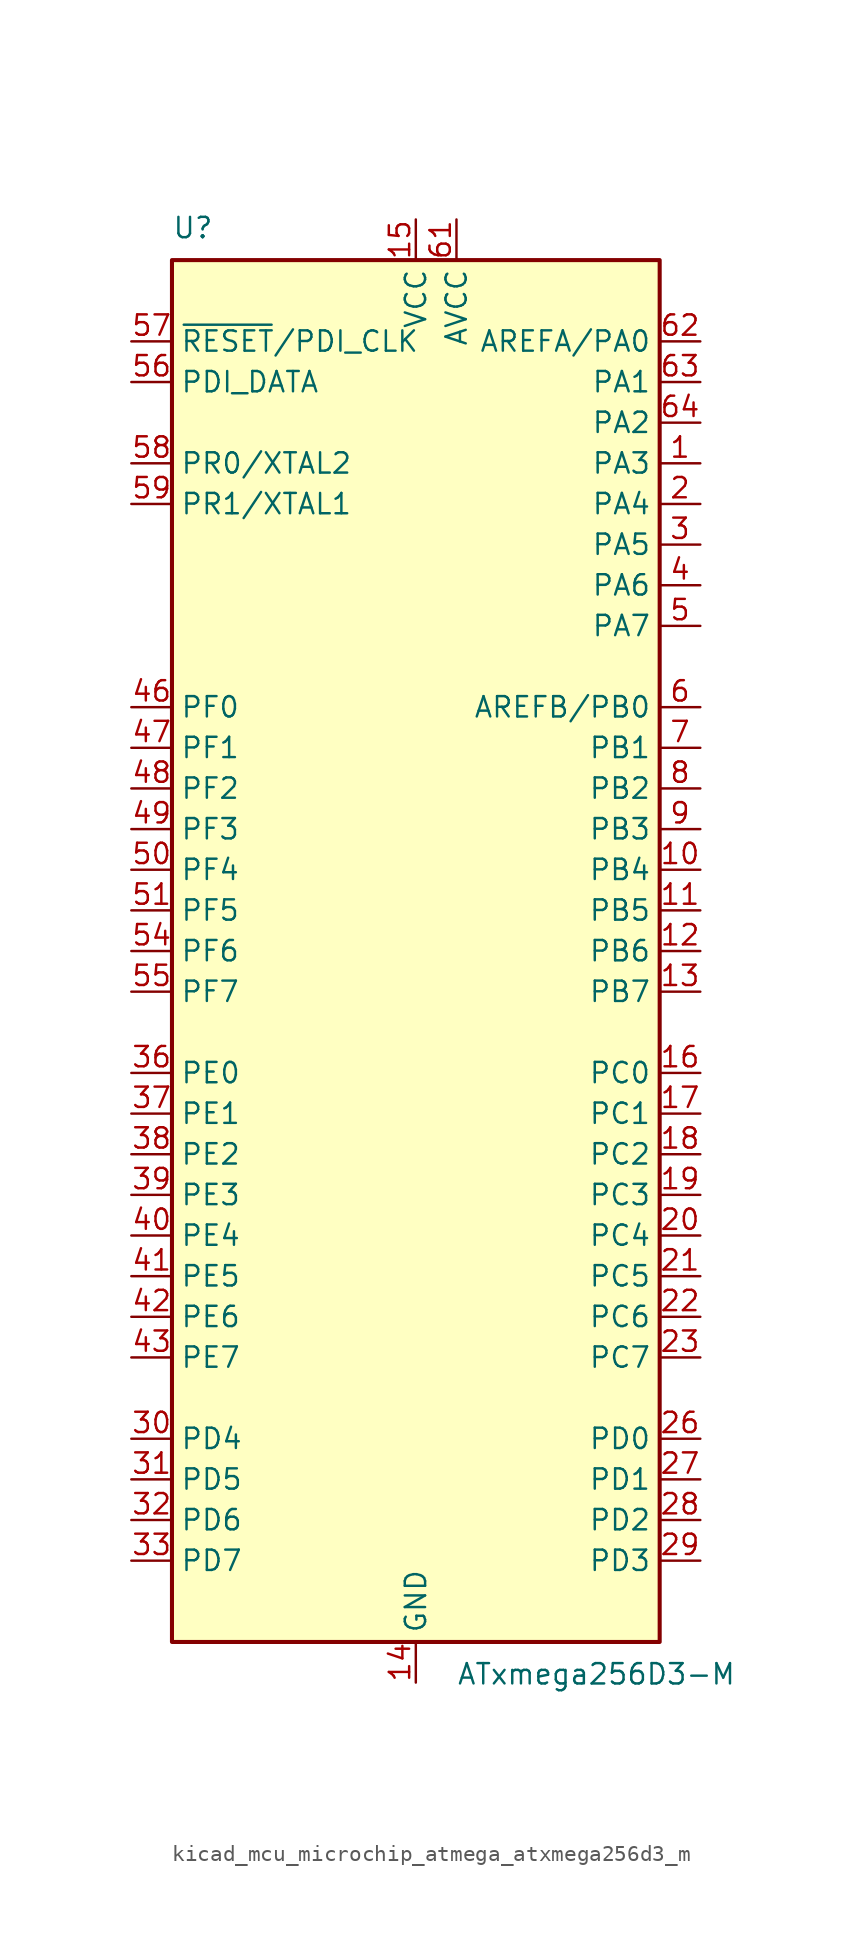
<source format=kicad_sym>
(kicad_symbol_lib
  (version 20220914)
  (generator kicad_symbol_editor)
  (symbol "kicad_mcu_microchip_atmega_atxmega256d3_m"
    (property "Reference" "U"
      (at -15.24 44.45 0)
      (effects (font (size 1.27 1.27)) (justify left bottom)))
    (property "Value" "ATxmega256D3-M"
      (at 2.54 -44.45 0)
      (effects (font (size 1.27 1.27)) (justify left top)))
    (symbol "kicad_mcu_microchip_atmega_atxmega256d3_m_0_1"
      (rectangle (start -15.24 -43.18) (end 15.24 43.18) (stroke (width 0.254) (type default)) (fill (type background))))
    (symbol "kicad_mcu_microchip_atmega_atxmega256d3_m_1_1"
      (pin bidirectional line (at 17.78 30.48 180) (length 2.54) (name "PA3" (effects (font (size 1.27 1.27)))) (number "1" (effects (font (size 1.27 1.27)))))
      (pin bidirectional line (at 17.78 5.08 180) (length 2.54) (name "PB4" (effects (font (size 1.27 1.27)))) (number "10" (effects (font (size 1.27 1.27)))))
      (pin bidirectional line (at 17.78 2.54 180) (length 2.54) (name "PB5" (effects (font (size 1.27 1.27)))) (number "11" (effects (font (size 1.27 1.27)))))
      (pin bidirectional line (at 17.78 0 180) (length 2.54) (name "PB6" (effects (font (size 1.27 1.27)))) (number "12" (effects (font (size 1.27 1.27)))))
      (pin bidirectional line (at 17.78 -2.54 180) (length 2.54) (name "PB7" (effects (font (size 1.27 1.27)))) (number "13" (effects (font (size 1.27 1.27)))))
      (pin power_in line (at 0 -45.72 90) (length 2.54) (name "GND" (effects (font (size 1.27 1.27)))) (number "14" (effects (font (size 1.27 1.27)))))
      (pin power_in line (at 0 45.72 270) (length 2.54) (name "VCC" (effects (font (size 1.27 1.27)))) (number "15" (effects (font (size 1.27 1.27)))))
      (pin bidirectional line (at 17.78 -7.62 180) (length 2.54) (name "PC0" (effects (font (size 1.27 1.27)))) (number "16" (effects (font (size 1.27 1.27)))))
      (pin bidirectional line (at 17.78 -10.16 180) (length 2.54) (name "PC1" (effects (font (size 1.27 1.27)))) (number "17" (effects (font (size 1.27 1.27)))))
      (pin bidirectional line (at 17.78 -12.7 180) (length 2.54) (name "PC2" (effects (font (size 1.27 1.27)))) (number "18" (effects (font (size 1.27 1.27)))))
      (pin bidirectional line (at 17.78 -15.24 180) (length 2.54) (name "PC3" (effects (font (size 1.27 1.27)))) (number "19" (effects (font (size 1.27 1.27)))))
      (pin bidirectional line (at 17.78 27.94 180) (length 2.54) (name "PA4" (effects (font (size 1.27 1.27)))) (number "2" (effects (font (size 1.27 1.27)))))
      (pin bidirectional line (at 17.78 -17.78 180) (length 2.54) (name "PC4" (effects (font (size 1.27 1.27)))) (number "20" (effects (font (size 1.27 1.27)))))
      (pin bidirectional line (at 17.78 -20.32 180) (length 2.54) (name "PC5" (effects (font (size 1.27 1.27)))) (number "21" (effects (font (size 1.27 1.27)))))
      (pin bidirectional line (at 17.78 -22.86 180) (length 2.54) (name "PC6" (effects (font (size 1.27 1.27)))) (number "22" (effects (font (size 1.27 1.27)))))
      (pin bidirectional line (at 17.78 -25.4 180) (length 2.54) (name "PC7" (effects (font (size 1.27 1.27)))) (number "23" (effects (font (size 1.27 1.27)))))
      (pin passive line (at 0 -45.72 90) (length 2.54) hide (name "GND" (effects (font (size 1.27 1.27)))) (number "24" (effects (font (size 1.27 1.27)))))
      (pin passive line (at 0 45.72 270) (length 2.54) hide (name "VCC" (effects (font (size 1.27 1.27)))) (number "25" (effects (font (size 1.27 1.27)))))
      (pin bidirectional line (at 17.78 -30.48 180) (length 2.54) (name "PD0" (effects (font (size 1.27 1.27)))) (number "26" (effects (font (size 1.27 1.27)))))
      (pin bidirectional line (at 17.78 -33.02 180) (length 2.54) (name "PD1" (effects (font (size 1.27 1.27)))) (number "27" (effects (font (size 1.27 1.27)))))
      (pin bidirectional line (at 17.78 -35.56 180) (length 2.54) (name "PD2" (effects (font (size 1.27 1.27)))) (number "28" (effects (font (size 1.27 1.27)))))
      (pin bidirectional line (at 17.78 -38.1 180) (length 2.54) (name "PD3" (effects (font (size 1.27 1.27)))) (number "29" (effects (font (size 1.27 1.27)))))
      (pin bidirectional line (at 17.78 25.4 180) (length 2.54) (name "PA5" (effects (font (size 1.27 1.27)))) (number "3" (effects (font (size 1.27 1.27)))))
      (pin bidirectional line (at -17.78 -30.48 0) (length 2.54) (name "PD4" (effects (font (size 1.27 1.27)))) (number "30" (effects (font (size 1.27 1.27)))))
      (pin bidirectional line (at -17.78 -33.02 0) (length 2.54) (name "PD5" (effects (font (size 1.27 1.27)))) (number "31" (effects (font (size 1.27 1.27)))))
      (pin bidirectional line (at -17.78 -35.56 0) (length 2.54) (name "PD6" (effects (font (size 1.27 1.27)))) (number "32" (effects (font (size 1.27 1.27)))))
      (pin bidirectional line (at -17.78 -38.1 0) (length 2.54) (name "PD7" (effects (font (size 1.27 1.27)))) (number "33" (effects (font (size 1.27 1.27)))))
      (pin passive line (at 0 -45.72 90) (length 2.54) hide (name "GND" (effects (font (size 1.27 1.27)))) (number "34" (effects (font (size 1.27 1.27)))))
      (pin passive line (at 0 45.72 270) (length 2.54) hide (name "VCC" (effects (font (size 1.27 1.27)))) (number "35" (effects (font (size 1.27 1.27)))))
      (pin bidirectional line (at -17.78 -7.62 0) (length 2.54) (name "PE0" (effects (font (size 1.27 1.27)))) (number "36" (effects (font (size 1.27 1.27)))))
      (pin bidirectional line (at -17.78 -10.16 0) (length 2.54) (name "PE1" (effects (font (size 1.27 1.27)))) (number "37" (effects (font (size 1.27 1.27)))))
      (pin bidirectional line (at -17.78 -12.7 0) (length 2.54) (name "PE2" (effects (font (size 1.27 1.27)))) (number "38" (effects (font (size 1.27 1.27)))))
      (pin bidirectional line (at -17.78 -15.24 0) (length 2.54) (name "PE3" (effects (font (size 1.27 1.27)))) (number "39" (effects (font (size 1.27 1.27)))))
      (pin bidirectional line (at 17.78 22.86 180) (length 2.54) (name "PA6" (effects (font (size 1.27 1.27)))) (number "4" (effects (font (size 1.27 1.27)))))
      (pin bidirectional line (at -17.78 -17.78 0) (length 2.54) (name "PE4" (effects (font (size 1.27 1.27)))) (number "40" (effects (font (size 1.27 1.27)))))
      (pin bidirectional line (at -17.78 -20.32 0) (length 2.54) (name "PE5" (effects (font (size 1.27 1.27)))) (number "41" (effects (font (size 1.27 1.27)))))
      (pin bidirectional line (at -17.78 -22.86 0) (length 2.54) (name "PE6" (effects (font (size 1.27 1.27)))) (number "42" (effects (font (size 1.27 1.27)))))
      (pin bidirectional line (at -17.78 -25.4 0) (length 2.54) (name "PE7" (effects (font (size 1.27 1.27)))) (number "43" (effects (font (size 1.27 1.27)))))
      (pin passive line (at 0 -45.72 90) (length 2.54) hide (name "GND" (effects (font (size 1.27 1.27)))) (number "44" (effects (font (size 1.27 1.27)))))
      (pin passive line (at 0 45.72 270) (length 2.54) hide (name "VCC" (effects (font (size 1.27 1.27)))) (number "45" (effects (font (size 1.27 1.27)))))
      (pin bidirectional line (at -17.78 15.24 0) (length 2.54) (name "PF0" (effects (font (size 1.27 1.27)))) (number "46" (effects (font (size 1.27 1.27)))))
      (pin bidirectional line (at -17.78 12.7 0) (length 2.54) (name "PF1" (effects (font (size 1.27 1.27)))) (number "47" (effects (font (size 1.27 1.27)))))
      (pin bidirectional line (at -17.78 10.16 0) (length 2.54) (name "PF2" (effects (font (size 1.27 1.27)))) (number "48" (effects (font (size 1.27 1.27)))))
      (pin bidirectional line (at -17.78 7.62 0) (length 2.54) (name "PF3" (effects (font (size 1.27 1.27)))) (number "49" (effects (font (size 1.27 1.27)))))
      (pin bidirectional line (at 17.78 20.32 180) (length 2.54) (name "PA7" (effects (font (size 1.27 1.27)))) (number "5" (effects (font (size 1.27 1.27)))))
      (pin bidirectional line (at -17.78 5.08 0) (length 2.54) (name "PF4" (effects (font (size 1.27 1.27)))) (number "50" (effects (font (size 1.27 1.27)))))
      (pin bidirectional line (at -17.78 2.54 0) (length 2.54) (name "PF5" (effects (font (size 1.27 1.27)))) (number "51" (effects (font (size 1.27 1.27)))))
      (pin passive line (at 0 -45.72 90) (length 2.54) hide (name "GND" (effects (font (size 1.27 1.27)))) (number "52" (effects (font (size 1.27 1.27)))))
      (pin passive line (at 0 45.72 270) (length 2.54) hide (name "VCC" (effects (font (size 1.27 1.27)))) (number "53" (effects (font (size 1.27 1.27)))))
      (pin bidirectional line (at -17.78 0 0) (length 2.54) (name "PF6" (effects (font (size 1.27 1.27)))) (number "54" (effects (font (size 1.27 1.27)))))
      (pin bidirectional line (at -17.78 -2.54 0) (length 2.54) (name "PF7" (effects (font (size 1.27 1.27)))) (number "55" (effects (font (size 1.27 1.27)))))
      (pin bidirectional line (at -17.78 35.56 0) (length 2.54) (name "PDI_DATA" (effects (font (size 1.27 1.27)))) (number "56" (effects (font (size 1.27 1.27)))))
      (pin input line (at -17.78 38.1 0) (length 2.54) (name "~{RESET}/PDI_CLK" (effects (font (size 1.27 1.27)))) (number "57" (effects (font (size 1.27 1.27)))))
      (pin bidirectional line (at -17.78 30.48 0) (length 2.54) (name "PR0/XTAL2" (effects (font (size 1.27 1.27)))) (number "58" (effects (font (size 1.27 1.27)))))
      (pin bidirectional line (at -17.78 27.94 0) (length 2.54) (name "PR1/XTAL1" (effects (font (size 1.27 1.27)))) (number "59" (effects (font (size 1.27 1.27)))))
      (pin bidirectional line (at 17.78 15.24 180) (length 2.54) (name "AREFB/PB0" (effects (font (size 1.27 1.27)))) (number "6" (effects (font (size 1.27 1.27)))))
      (pin passive line (at 0 -45.72 90) (length 2.54) hide (name "GND" (effects (font (size 1.27 1.27)))) (number "60" (effects (font (size 1.27 1.27)))))
      (pin power_in line (at 2.54 45.72 270) (length 2.54) (name "AVCC" (effects (font (size 1.27 1.27)))) (number "61" (effects (font (size 1.27 1.27)))))
      (pin bidirectional line (at 17.78 38.1 180) (length 2.54) (name "AREFA/PA0" (effects (font (size 1.27 1.27)))) (number "62" (effects (font (size 1.27 1.27)))))
      (pin bidirectional line (at 17.78 35.56 180) (length 2.54) (name "PA1" (effects (font (size 1.27 1.27)))) (number "63" (effects (font (size 1.27 1.27)))))
      (pin bidirectional line (at 17.78 33.02 180) (length 2.54) (name "PA2" (effects (font (size 1.27 1.27)))) (number "64" (effects (font (size 1.27 1.27)))))
      (pin passive line (at 0 -45.72 90) (length 2.54) hide (name "GND" (effects (font (size 1.27 1.27)))) (number "65" (effects (font (size 1.27 1.27)))))
      (pin bidirectional line (at 17.78 12.7 180) (length 2.54) (name "PB1" (effects (font (size 1.27 1.27)))) (number "7" (effects (font (size 1.27 1.27)))))
      (pin bidirectional line (at 17.78 10.16 180) (length 2.54) (name "PB2" (effects (font (size 1.27 1.27)))) (number "8" (effects (font (size 1.27 1.27)))))
      (pin bidirectional line (at 17.78 7.62 180) (length 2.54) (name "PB3" (effects (font (size 1.27 1.27)))) (number "9" (effects (font (size 1.27 1.27))))))))
</source>
